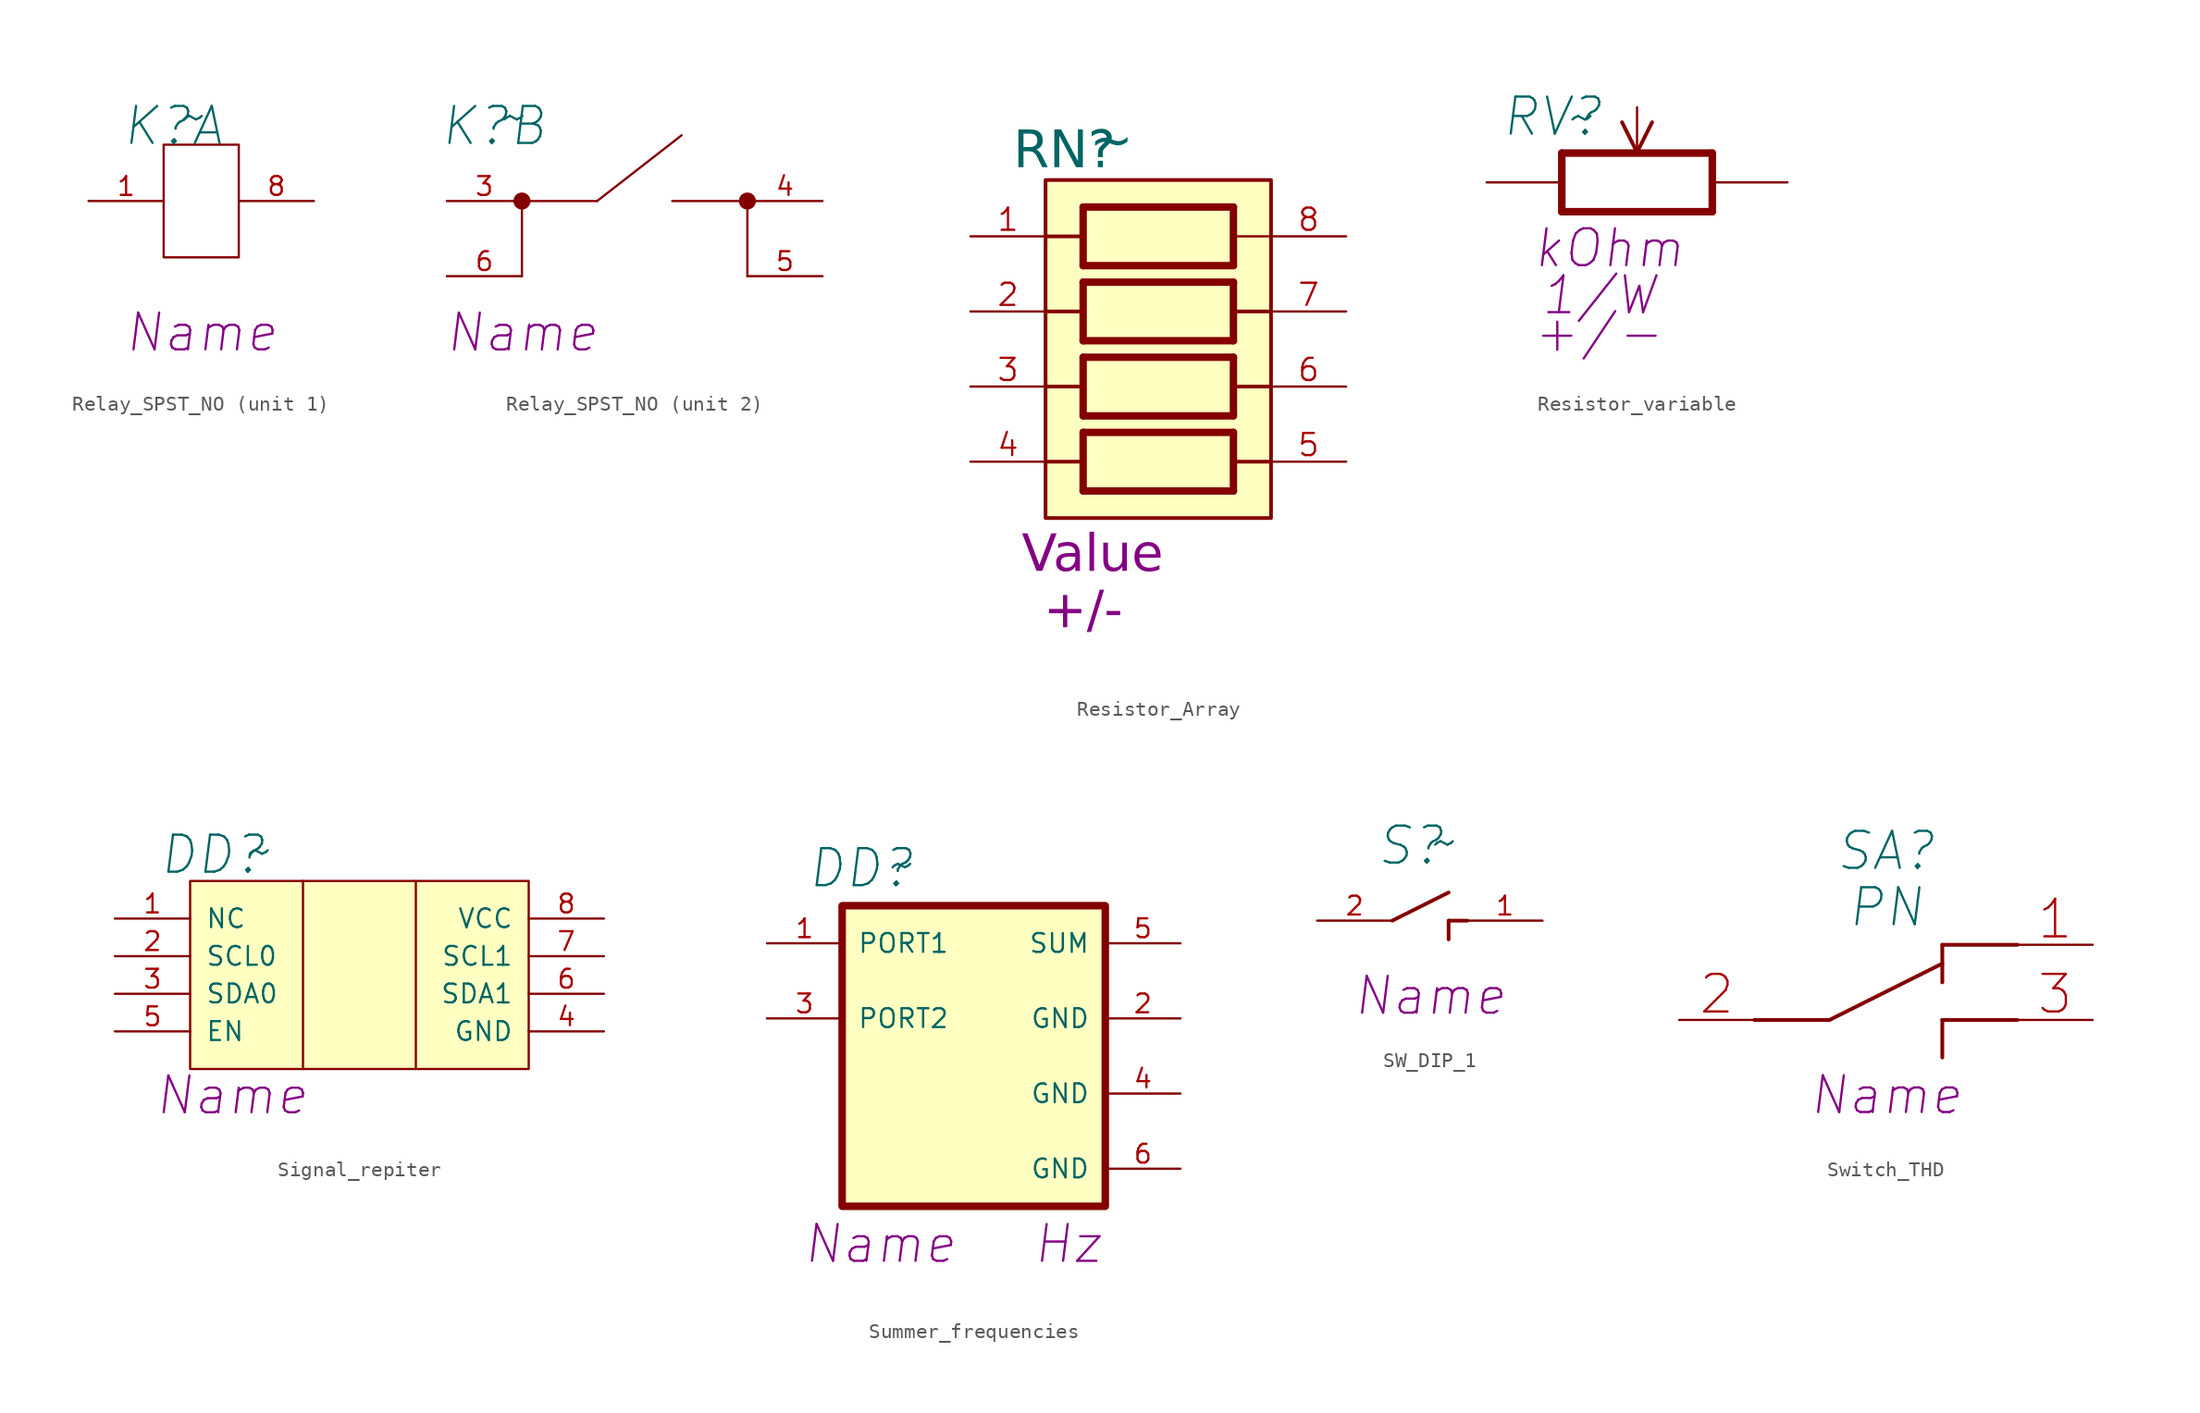
<source format=kicad_sym>
(kicad_symbol_lib
  (version 20241209)
  (generator "kicad_symbol_editor")
  (generator_version "9.0")
  (symbol "Relay_SPST_NO"
    (pin_names
      (offset 1.016)
      (hide yes))
    (property "Reference" "K"
      (at -1.905 5.08 0)
      (effects (font (size 2.5 2.5) (italic yes))))
    (property "Value" "~"
      (at -0.635 5.715 0)
      (effects (font (size 2.5 2.5) (italic yes))))
    (property "Name" "Name"
      (at 0 -8.89 0)
      (effects (font (size 2.489 2.489) (italic yes))))
    (property "ki_locked" ""
      (at 0 0 0)
      (effects (font (size 1.27 1.27))))
    (symbol "Relay_SPST_NO_1_1"
      (polyline (pts (xy -2.54 3.81) (xy -2.54 -3.81) (xy 2.54 -3.81) (xy 2.54 3.81) (xy -2.54 3.81)) (stroke (width 0) (type solid)) (fill (type none)))
      (pin passive line (at -7.62 0 0) (length 5.08) (name "1" (effects (font (size 1.27 1.27)))) (number "1" (effects (font (size 1.27 1.27)))))
      (pin passive line (at 7.62 0 180) (length 5.08) (name "8" (effects (font (size 1.27 1.27)))) (number "8" (effects (font (size 1.27 1.27))))))
    (symbol "Relay_SPST_NO_2_1"
      (polyline (pts (xy 0 0) (xy 5.08 0)) (stroke (width 0) (type default)) (fill (type none)))
      (circle (center 0 0) (radius 0.5) (stroke (width 0) (type default)) (fill (type outline)))
      (polyline (pts (xy 0 -5.08) (xy 0 0)) (stroke (width 0) (type default)) (fill (type none)))
      (polyline (pts (xy 5.08 0) (xy 10.795 4.445)) (stroke (width 0) (type solid)) (fill (type none)))
      (polyline (pts (xy 15.24 0) (xy 10.16 0)) (stroke (width 0) (type default)) (fill (type none)))
      (polyline (pts (xy 15.24 0) (xy 15.24 -5.08)) (stroke (width 0) (type default)) (fill (type none)))
      (circle (center 15.24 0) (radius 0.5) (stroke (width 0) (type default)) (fill (type outline)))
      (pin passive line (at -5.08 0 0) (length 5.08) (name "3" (effects (font (size 1.27 1.27)))) (number "3" (effects (font (size 1.27 1.27)))))
      (pin passive line (at -5.08 -5.08 0) (length 5.08) (name "6" (effects (font (size 1.27 1.27)))) (number "6" (effects (font (size 1.27 1.27)))))
      (pin passive line (at 20.32 0 180) (length 5.08) (name "4" (effects (font (size 1.27 1.27)))) (number "4" (effects (font (size 1.27 1.27)))))
      (pin passive line (at 20.32 -5.08 180) (length 5.08) (name "5" (effects (font (size 1.27 1.27)))) (number "5" (effects (font (size 1.27 1.27)))))))
  (symbol "Resistor_Array"
    (pin_names
      (offset 1.016)
      (hide yes))
    (property "Reference" "RN"
      (at -6.35 10.795 0)
      (effects (font (face "GOST type A") (size 2.5 2.5) (italic yes))))
    (property "Value" "~"
      (at -3.175 11.43 0)
      (effects (font (face "GOST type A") (size 2.5 2.5) (italic yes))))
    (property "Resistence" "Value"
      (at -4.445 -16.51 0)
      (effects (font (face "GOST type A") (size 2.489 2.489) (italic yes))))
    (property "Tolerance" "+/-"
      (at -5.08 -20.32 0)
      (effects (font (face "GOST type A") (size 2.489 2.489) (italic yes))))
    (symbol "Resistor_Array_0_1"
      (polyline (pts (xy 5.08 5.08) (xy 7.62 5.08)) (stroke (width 0) (type solid)) (fill (type none))))
    (symbol "Resistor_Array_1_1"
      (rectangle (start -7.62 8.89) (end 7.62 -13.97) (stroke (width 0.25) (type solid)) (fill (type background)))
      (polyline (pts (xy -7.62 5.08) (xy -5.08 5.08)) (stroke (width 0.25) (type solid)) (fill (type none)))
      (polyline (pts (xy -7.62 0) (xy -5.08 0)) (stroke (width 0.25) (type solid)) (fill (type none)))
      (polyline (pts (xy -7.62 -5.08) (xy -5.08 -5.08)) (stroke (width 0.25) (type solid)) (fill (type none)))
      (polyline (pts (xy -7.62 -10.16) (xy -5.08 -10.16)) (stroke (width 0.25) (type solid)) (fill (type none)))
      (polyline (pts (xy -5.08 7.061) (xy -5.08 3.099)) (stroke (width 0.5) (type solid)) (fill (type none)))
      (polyline (pts (xy -5.08 7.061) (xy 5.08 7.061)) (stroke (width 0.5) (type solid)) (fill (type none)))
      (polyline (pts (xy -5.08 3.099) (xy 5.08 3.099)) (stroke (width 0.5) (type solid)) (fill (type none)))
      (polyline (pts (xy -5.08 1.981) (xy -5.08 -1.981)) (stroke (width 0.5) (type solid)) (fill (type none)))
      (polyline (pts (xy -5.08 1.981) (xy 5.08 1.981)) (stroke (width 0.5) (type solid)) (fill (type none)))
      (polyline (pts (xy -5.08 -1.981) (xy 5.08 -1.981)) (stroke (width 0.5) (type solid)) (fill (type none)))
      (polyline (pts (xy -5.08 -3.099) (xy -5.08 -7.061)) (stroke (width 0.5) (type solid)) (fill (type none)))
      (polyline (pts (xy -5.08 -3.099) (xy 5.08 -3.099)) (stroke (width 0.5) (type solid)) (fill (type none)))
      (polyline (pts (xy -5.08 -7.061) (xy 5.08 -7.061)) (stroke (width 0.5) (type solid)) (fill (type none)))
      (polyline (pts (xy -5.08 -8.179) (xy -5.08 -12.141)) (stroke (width 0.5) (type solid)) (fill (type none)))
      (polyline (pts (xy -5.08 -8.179) (xy 5.08 -8.179)) (stroke (width 0.5) (type solid)) (fill (type none)))
      (polyline (pts (xy -5.08 -12.141) (xy 5.08 -12.141)) (stroke (width 0.5) (type solid)) (fill (type none)))
      (polyline (pts (xy 5.08 7.061) (xy 5.08 3.099)) (stroke (width 0.5) (type solid)) (fill (type none)))
      (polyline (pts (xy 5.08 1.981) (xy 5.08 -1.981)) (stroke (width 0.5) (type solid)) (fill (type none)))
      (polyline (pts (xy 5.08 -3.099) (xy 5.08 -7.061)) (stroke (width 0.5) (type solid)) (fill (type none)))
      (polyline (pts (xy 5.08 -8.179) (xy 5.08 -12.141)) (stroke (width 0.5) (type solid)) (fill (type none)))
      (polyline (pts (xy 7.62 0) (xy 5.08 0)) (stroke (width 0.25) (type solid)) (fill (type none)))
      (polyline (pts (xy 7.62 -5.08) (xy 5.08 -5.08)) (stroke (width 0.25) (type solid)) (fill (type none)))
      (polyline (pts (xy 7.62 -10.16) (xy 5.08 -10.16)) (stroke (width 0.25) (type solid)) (fill (type none)))
      (pin passive line (at -12.7 5.08 0) (length 5.08) (name "1" (effects (font (size 1.5 1.5)))) (number "1" (effects (font (size 1.5 1.5)))))
      (pin passive line (at -12.7 0 0) (length 5.08) (name "2" (effects (font (size 1.5 1.5)))) (number "2" (effects (font (size 1.5 1.5)))))
      (pin passive line (at -12.7 -5.08 0) (length 5.08) (name "3" (effects (font (size 1.5 1.5)))) (number "3" (effects (font (size 1.5 1.5)))))
      (pin passive line (at -12.7 -10.16 0) (length 5.08) (name "4" (effects (font (size 1.5 1.5)))) (number "4" (effects (font (size 1.5 1.5)))))
      (pin passive line (at 12.7 5.08 180) (length 5.08) (name "8" (effects (font (size 1.5 1.5)))) (number "8" (effects (font (size 1.5 1.5)))))
      (pin passive line (at 12.7 0 180) (length 5.08) (name "7" (effects (font (size 1.5 1.5)))) (number "7" (effects (font (size 1.5 1.5)))))
      (pin passive line (at 12.7 -5.08 180) (length 5.08) (name "6" (effects (font (size 1.5 1.5)))) (number "6" (effects (font (size 1.5 1.5)))))
      (pin passive line (at 12.7 -10.16 180) (length 5.08) (name "5" (effects (font (size 1.5 1.5)))) (number "5" (effects (font (size 1.5 1.5)))))))
  (symbol "Resistor_variable"
    (pin_numbers
      (hide yes))
    (pin_names
      (offset 1.016)
      (hide yes))
    (property "Reference" "RV"
      (at -5.715 4.445 0)
      (effects (font (size 2.5 2.5) (italic yes))))
    (property "Value" "~"
      (at -3.81 4.445 0)
      (effects (font (size 2.5 2.5) (italic yes))))
    (property "Value_1" "kOhm"
      (at -1.905 -4.445 0)
      (effects (font (size 2.489 2.489) (italic yes))))
    (property "Watt" "1/W"
      (at -2.54 -7.62 0)
      (effects (font (size 2.489 2.489) (italic yes))))
    (property "Fault" "+/-"
      (at -2.54 -10.16 0)
      (effects (font (size 2.489 2.489))))
    (symbol "Resistor_variable_0_1"
      (polyline (pts (xy 0 2.032) (xy -1.016 4.064)) (stroke (width 0.254) (type solid)) (fill (type none)))
      (polyline (pts (xy 0 2.032) (xy 1.016 4.064)) (stroke (width 0.254) (type solid)) (fill (type none))))
    (symbol "Resistor_variable_1_1"
      (polyline (pts (xy -5.08 1.981) (xy -5.08 -1.981)) (stroke (width 0.508) (type solid)) (fill (type none)))
      (polyline (pts (xy -5.08 1.981) (xy 5.08 1.981)) (stroke (width 0.508) (type solid)) (fill (type none)))
      (polyline (pts (xy -5.08 -1.981) (xy 5.08 -1.981)) (stroke (width 0.508) (type solid)) (fill (type none)))
      (polyline (pts (xy 5.08 1.981) (xy 5.08 -1.981)) (stroke (width 0.508) (type solid)) (fill (type none)))
      (pin passive line (at -10.16 0 0) (length 5.08) (name "CCW" (effects (font (size 1.27 1.27)))) (number "1" (effects (font (size 1.27 1.27)))))
      (pin passive line (at 0 5.08 270) (length 3.048) (name "W" (effects (font (size 1.27 1.27)))) (number "2" (effects (font (size 1.27 1.27)))))
      (pin passive line (at 10.16 0 180) (length 5.08) (name "CW" (effects (font (size 1.27 1.27)))) (number "3" (effects (font (size 1.27 1.27)))))))
  (symbol "Signal_repiter"
    (pin_names
      (offset 1.016))
    (property "Reference" "DD"
      (at -18.796 9.398 0)
      (effects (font (size 2.5 2.5) (italic yes))))
    (property "Value" "~"
      (at -15.748 9.652 0)
      (effects (font (size 2.5 2.5) (italic yes))))
    (property "ComponentName" "Name"
      (at -17.526 -6.858 0)
      (effects (font (size 2.489 2.489) (italic yes))))
    (symbol "Signal_repiter_1_1"
      (polyline (pts (xy -20.32 7.62) (xy -12.7 7.62) (xy -12.7 -5.08) (xy -20.32 -5.08) (xy -20.32 7.62)) (stroke (width 0) (type solid)) (fill (type background)))
      (polyline (pts (xy -12.7 7.62) (xy -5.08 7.62) (xy -5.08 -5.08) (xy -12.7 -5.08)) (stroke (width 0) (type solid)) (fill (type background)))
      (polyline (pts (xy -5.08 7.62) (xy 2.54 7.62) (xy 2.54 -5.08) (xy -5.08 -5.08)) (stroke (width 0) (type solid)) (fill (type background)))
      (pin passive line (at -25.4 5.08 0) (length 5.08) (name "NC" (effects (font (size 1.27 1.27)))) (number "1" (effects (font (size 1.27 1.27)))))
      (pin bidirectional line (at -25.4 2.54 0) (length 5.08) (name "SCL0" (effects (font (size 1.27 1.27)))) (number "2" (effects (font (size 1.27 1.27)))))
      (pin bidirectional line (at -25.4 0 0) (length 5.08) (name "SDA0" (effects (font (size 1.27 1.27)))) (number "3" (effects (font (size 1.27 1.27)))))
      (pin input line (at -25.4 -2.54 0) (length 5.08) (name "EN" (effects (font (size 1.27 1.27)))) (number "5" (effects (font (size 1.27 1.27)))))
      (pin power_in line (at 7.62 5.08 180) (length 5.08) (name "VCC" (effects (font (size 1.27 1.27)))) (number "8" (effects (font (size 1.27 1.27)))))
      (pin bidirectional line (at 7.62 2.54 180) (length 5.08) (name "SCL1" (effects (font (size 1.27 1.27)))) (number "7" (effects (font (size 1.27 1.27)))))
      (pin bidirectional line (at 7.62 0 180) (length 5.08) (name "SDA1" (effects (font (size 1.27 1.27)))) (number "6" (effects (font (size 1.27 1.27)))))
      (pin power_in line (at 7.62 -2.54 180) (length 5.08) (name "GND" (effects (font (size 1.27 1.27)))) (number "4" (effects (font (size 1.27 1.27)))))))
  (symbol "Summer_frequencies"
    (pin_names
      (offset 1.016))
    (property "Reference" "DD"
      (at -19.05 7.62 0)
      (effects (font (size 2.5 2.5) (italic yes))))
    (property "Value" "~"
      (at -16.256 7.874 0)
      (effects (font (size 2.5 2.5))))
    (property "Frequency" "Hz"
      (at -5.08 -17.78 0)
      (effects (font (size 2.489 2.489) (italic yes))))
    (property "ComponentName" "Name"
      (at -17.78 -17.78 0)
      (effects (font (size 2.489 2.489) (italic yes))))
    (symbol "Summer_frequencies_1_1"
      (rectangle (start -20.32 5.08) (end -2.54 -15.24) (stroke (width 0.508) (type solid)) (fill (type background)))
      (pin bidirectional line (at -25.4 2.54 0) (length 5.08) (name "PORT1" (effects (font (size 1.27 1.27)))) (number "1" (effects (font (size 1.27 1.27)))))
      (pin bidirectional line (at -25.4 -2.54 0) (length 5.08) (name "PORT2" (effects (font (size 1.27 1.27)))) (number "3" (effects (font (size 1.27 1.27)))))
      (pin bidirectional line (at 2.54 2.54 180) (length 5.08) (name "SUM" (effects (font (size 1.27 1.27)))) (number "5" (effects (font (size 1.27 1.27)))))
      (pin power_in line (at 2.54 -2.54 180) (length 5.08) (name "GND" (effects (font (size 1.27 1.27)))) (number "2" (effects (font (size 1.27 1.27)))))
      (pin power_in line (at 2.54 -7.62 180) (length 5.08) (name "GND" (effects (font (size 1.27 1.27)))) (number "4" (effects (font (size 1.27 1.27)))))
      (pin power_in line (at 2.54 -12.7 180) (length 5.08) (name "GND" (effects (font (size 1.27 1.27)))) (number "6" (effects (font (size 1.27 1.27)))))))
  (symbol "SW_DIP_1"
    (pin_names
      (offset 1.016)
      (hide yes))
    (property "Reference" "S"
      (at -1.27 5.08 0)
      (effects (font (size 2.5 2.5) (italic yes))))
    (property "Value" "~"
      (at 1.016 5.334 0)
      (effects (font (size 2.5 2.5))))
    (property "Name" "Name"
      (at 0 -5.08 0)
      (effects (font (size 2.489 2.489) (italic yes))))
    (symbol "SW_DIP_1_0_1"
      (polyline (pts (xy -2.54 0) (xy 1.27 1.905)) (stroke (width 0.25) (type solid)) (fill (type none)))
      (polyline (pts (xy 1.27 0) (xy 1.27 -1.27)) (stroke (width 0.25) (type solid)) (fill (type none)))
      (polyline (pts (xy 2.54 0) (xy 1.27 0)) (stroke (width 0.25) (type solid)) (fill (type none))))
    (symbol "SW_DIP_1_1_1"
      (pin passive line (at -7.62 0 0) (length 5.08) (name "2" (effects (font (size 1.27 1.27)))) (number "2" (effects (font (size 1.27 1.27)))))
      (pin passive line (at 7.62 0 180) (length 5.08) (name "1" (effects (font (size 1.27 1.27)))) (number "1" (effects (font (size 1.27 1.27)))))))
  (symbol "Switch_THD"
    (pin_names
      (offset 1.016)
      (hide yes))
    (property "Reference" "SA"
      (at 0 6.35 0)
      (effects (font (size 2.5 2.5) (italic yes))))
    (property "Value" "PN"
      (at 0 2.54 0)
      (effects (font (size 2.5 2.5) (italic yes))))
    (property "Name" "Name"
      (at 0 -10.16 0)
      (effects (font (size 2.489 2.489) (italic yes))))
    (symbol "Switch_THD_0_1"
      (polyline (pts (xy -3.81 -5.08) (xy -8.89 -5.08)) (stroke (width 0.254) (type default)) (fill (type none)))
      (polyline (pts (xy -3.81 -5.08) (xy 3.81 -1.27)) (stroke (width 0.254) (type solid)) (fill (type none)))
      (polyline (pts (xy 3.81 0) (xy 3.81 -2.54)) (stroke (width 0.254) (type solid)) (fill (type none)))
      (polyline (pts (xy 3.81 -5.08) (xy 3.81 -7.62)) (stroke (width 0.254) (type solid)) (fill (type none)))
      (polyline (pts (xy 8.89 0) (xy 3.81 0)) (stroke (width 0.254) (type default)) (fill (type none)))
      (polyline (pts (xy 8.89 -5.08) (xy 3.81 -5.08)) (stroke (width 0.254) (type default)) (fill (type none))))
    (symbol "Switch_THD_1_1"
      (pin passive line (at -13.97 -5.08 0) (length 5.08) (name "2" (effects (font (size 2.54 2.54)))) (number "2" (effects (font (size 2.54 2.54)))))
      (pin passive line (at 13.97 0 180) (length 5.08) (name "1" (effects (font (size 2.54 2.54)))) (number "1" (effects (font (size 2.54 2.54)))))
      (pin passive line (at 13.97 -5.08 180) (length 5.08) (name "3" (effects (font (size 2.54 2.54)))) (number "3" (effects (font (size 2.54 2.54))))))))
</source>
